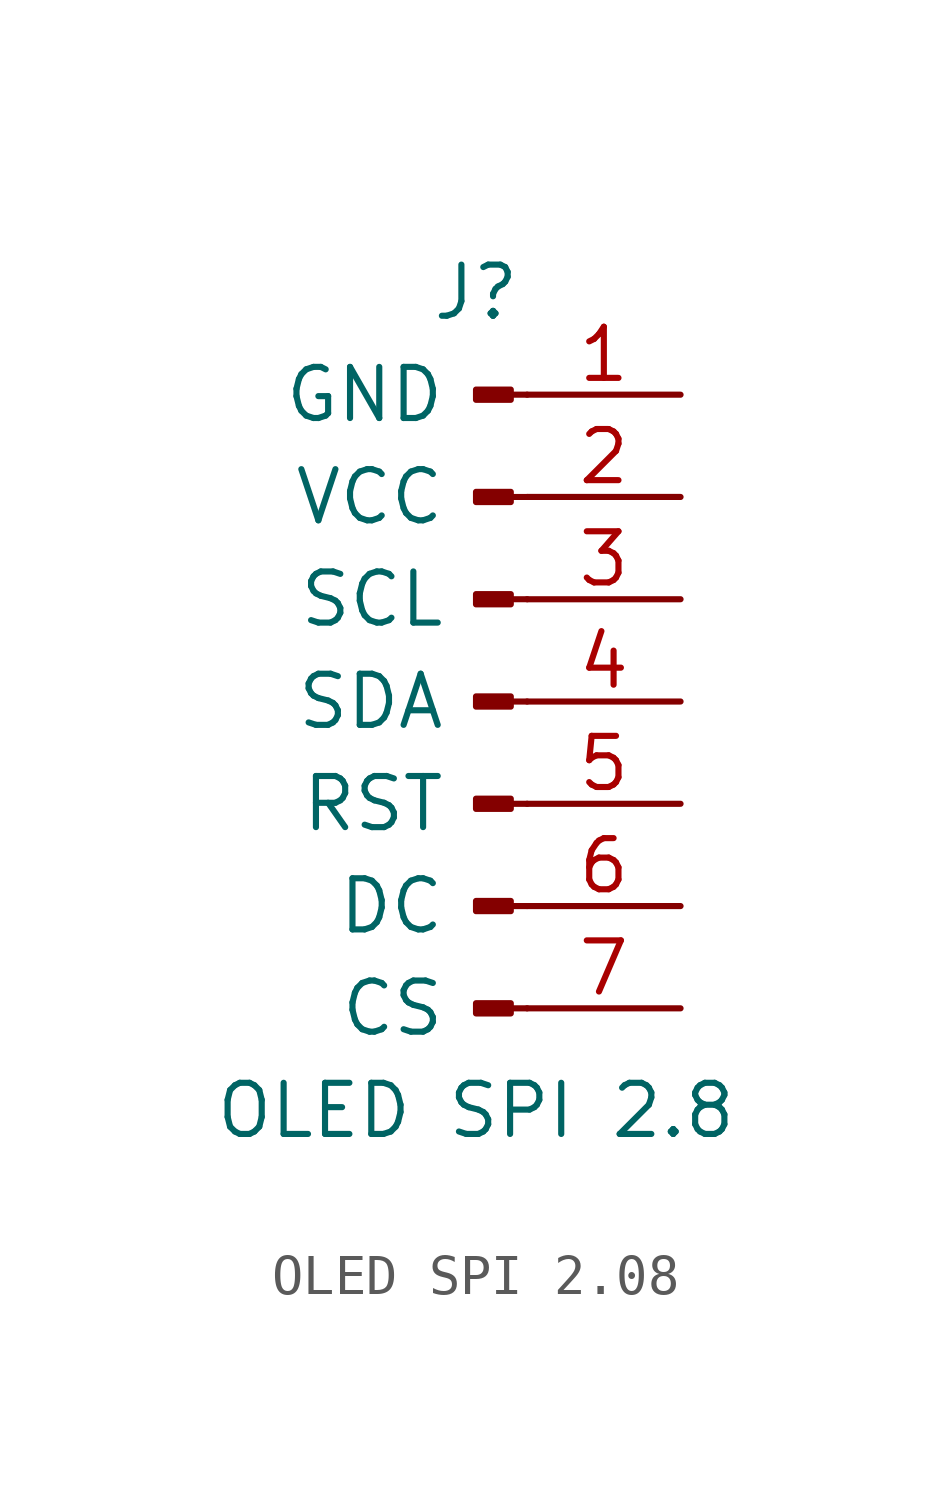
<source format=kicad_sym>
(kicad_symbol_lib
  (version 20220914)
  (generator kicad_symbol_editor)
  (symbol "OLED SPI 2.08"
    (pin_names
      (offset 2))
    (property "Reference" "J"
      (at 0 10.16 0)
      (effects (font (size 1.27 1.27))))
    (property "Value" "OLED SPI 2.8 "
      (at 0 -10.16 0)
      (effects (font (size 1.27 1.27))))
    (symbol "OLED SPI 2.08_1_1"
      (polyline (pts (xy 1.27 -7.62) (xy 0.864 -7.62)) (stroke (width 0.152) (type default)) (fill (type none)))
      (polyline (pts (xy 1.27 -5.08) (xy 0.864 -5.08)) (stroke (width 0.152) (type default)) (fill (type none)))
      (polyline (pts (xy 1.27 -2.54) (xy 0.864 -2.54)) (stroke (width 0.152) (type default)) (fill (type none)))
      (polyline (pts (xy 1.27 0) (xy 0.864 0)) (stroke (width 0.152) (type default)) (fill (type none)))
      (polyline (pts (xy 1.27 2.54) (xy 0.864 2.54)) (stroke (width 0.152) (type default)) (fill (type none)))
      (polyline (pts (xy 1.27 5.08) (xy 0.864 5.08)) (stroke (width 0.152) (type default)) (fill (type none)))
      (polyline (pts (xy 1.27 7.62) (xy 0.864 7.62)) (stroke (width 0.152) (type default)) (fill (type none)))
      (rectangle (start 0 7.747) (end 0.864 7.493) (stroke (width 0.152) (type default)) (fill (type outline)))
      (rectangle (start 0.864 -7.493) (end 0 -7.747) (stroke (width 0.152) (type default)) (fill (type outline)))
      (rectangle (start 0.864 -4.953) (end 0 -5.207) (stroke (width 0.152) (type default)) (fill (type outline)))
      (rectangle (start 0.864 -2.413) (end 0 -2.667) (stroke (width 0.152) (type default)) (fill (type outline)))
      (rectangle (start 0.864 0.127) (end 0 -0.127) (stroke (width 0.152) (type default)) (fill (type outline)))
      (rectangle (start 0.864 2.667) (end 0 2.413) (stroke (width 0.152) (type default)) (fill (type outline)))
      (rectangle (start 0.864 5.207) (end 0 4.953) (stroke (width 0.152) (type default)) (fill (type outline)))
      (pin passive line (at 5.08 7.62 180) (length 3.81) (name "GND" (effects (font (size 1.27 1.27)))) (number "1" (effects (font (size 1.27 1.27)))))
      (pin passive line (at 5.08 5.08 180) (length 3.81) (name "VCC" (effects (font (size 1.27 1.27)))) (number "2" (effects (font (size 1.27 1.27)))))
      (pin passive line (at 5.08 2.54 180) (length 3.81) (name "SCL" (effects (font (size 1.27 1.27)))) (number "3" (effects (font (size 1.27 1.27)))))
      (pin passive line (at 5.08 0 180) (length 3.81) (name "SDA" (effects (font (size 1.27 1.27)))) (number "4" (effects (font (size 1.27 1.27)))))
      (pin passive line (at 5.08 -2.54 180) (length 3.81) (name "RST" (effects (font (size 1.27 1.27)))) (number "5" (effects (font (size 1.27 1.27)))))
      (pin passive line (at 5.08 -5.08 180) (length 3.81) (name "DC" (effects (font (size 1.27 1.27)))) (number "6" (effects (font (size 1.27 1.27)))))
      (pin passive line (at 5.08 -7.62 180) (length 3.81) (name "CS" (effects (font (size 1.27 1.27)))) (number "7" (effects (font (size 1.27 1.27))))))))
</source>
